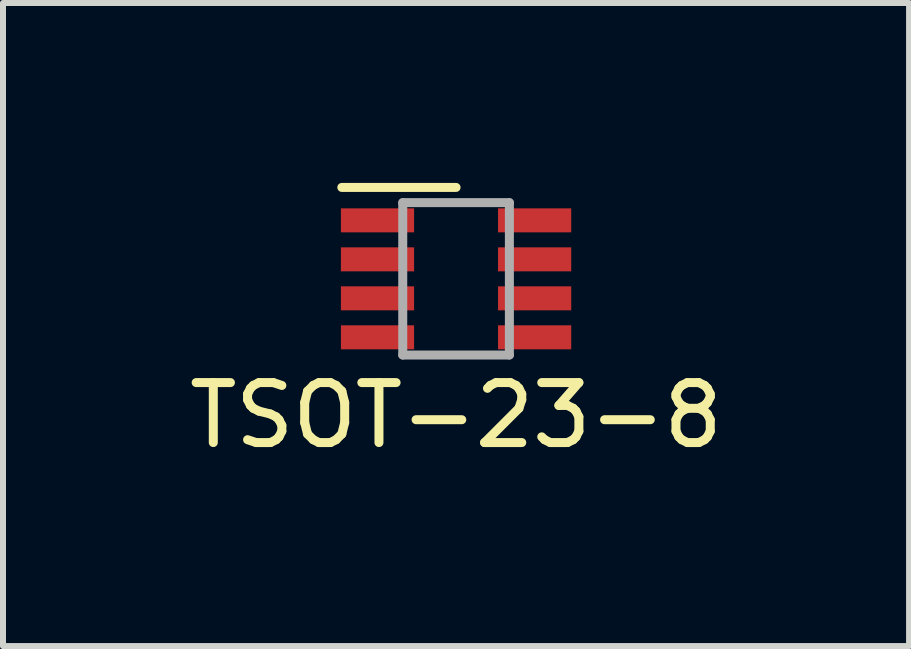
<source format=kicad_pcb>
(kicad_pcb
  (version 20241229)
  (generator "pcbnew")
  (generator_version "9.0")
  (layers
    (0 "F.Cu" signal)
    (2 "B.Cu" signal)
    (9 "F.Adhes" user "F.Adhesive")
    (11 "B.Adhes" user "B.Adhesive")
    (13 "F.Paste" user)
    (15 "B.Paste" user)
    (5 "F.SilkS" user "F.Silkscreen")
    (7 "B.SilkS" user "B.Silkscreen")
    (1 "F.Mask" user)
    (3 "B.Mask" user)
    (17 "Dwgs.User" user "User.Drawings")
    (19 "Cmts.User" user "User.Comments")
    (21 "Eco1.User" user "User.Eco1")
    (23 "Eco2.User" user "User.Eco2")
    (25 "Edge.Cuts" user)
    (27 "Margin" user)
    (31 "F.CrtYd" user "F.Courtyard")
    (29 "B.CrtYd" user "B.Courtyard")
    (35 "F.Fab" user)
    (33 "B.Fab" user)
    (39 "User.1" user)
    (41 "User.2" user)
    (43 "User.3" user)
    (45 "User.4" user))
  (footprint "TSOT-23-8"
    (layer "F.Cu")
    (at 4.554 1.599)
    (property "Reference" "TSOT-23-8" (at 0 2.275 0) (layer "F.SilkS") (effects (font (size 1 1) (thickness 0.15))))
    (attr through_hole)
    (fp_line (start -1.905 -1.524) (end 0 -1.524) (stroke (width 0.15) (type solid)) (layer "F.SilkS"))
    (fp_line (start -0.889 -1.27) (end -0.889 1.27) (stroke (width 0.15) (type solid)) (layer "F.Fab"))
    (fp_line (start -0.889 1.27) (end 0.889 1.27) (stroke (width 0.15) (type solid)) (layer "F.Fab"))
    (fp_line (start 0.889 -1.27) (end -0.889 -1.27) (stroke (width 0.15) (type solid)) (layer "F.Fab"))
    (fp_line (start 0.889 1.27) (end 0.889 -1.27) (stroke (width 0.15) (type solid)) (layer "F.Fab"))
    (pad "1" smd rect (at -1.31 -0.975 90) (size 0.4 1.22) (layers "F.Cu" "F.Mask" "F.Paste"))
    (pad "2" smd rect (at -1.31 -0.325 90) (size 0.4 1.22) (layers "F.Cu" "F.Mask" "F.Paste"))
    (pad "3" smd rect (at -1.31 0.325 90) (size 0.4 1.22) (layers "F.Cu" "F.Mask" "F.Paste"))
    (pad "4" smd rect (at -1.31 0.975 90) (size 0.4 1.22) (layers "F.Cu" "F.Mask" "F.Paste"))
    (pad "5" smd rect (at 1.31 0.975 90) (size 0.4 1.22) (layers "F.Cu" "F.Mask" "F.Paste"))
    (pad "6" smd rect (at 1.31 0.325 90) (size 0.4 1.22) (layers "F.Cu" "F.Mask" "F.Paste"))
    (pad "7" smd rect (at 1.31 -0.325 90) (size 0.4 1.22) (layers "F.Cu" "F.Mask" "F.Paste"))
    (pad "8" smd rect (at 1.31 -0.975 90) (size 0.4 1.22) (layers "F.Cu" "F.Mask" "F.Paste")))
  (gr_rect
    (start -3 -3)
    (end 12.107 7.722)
    (stroke (width 0.1) (type default))
    (fill no)
    (layer "Edge.Cuts")))
</source>
